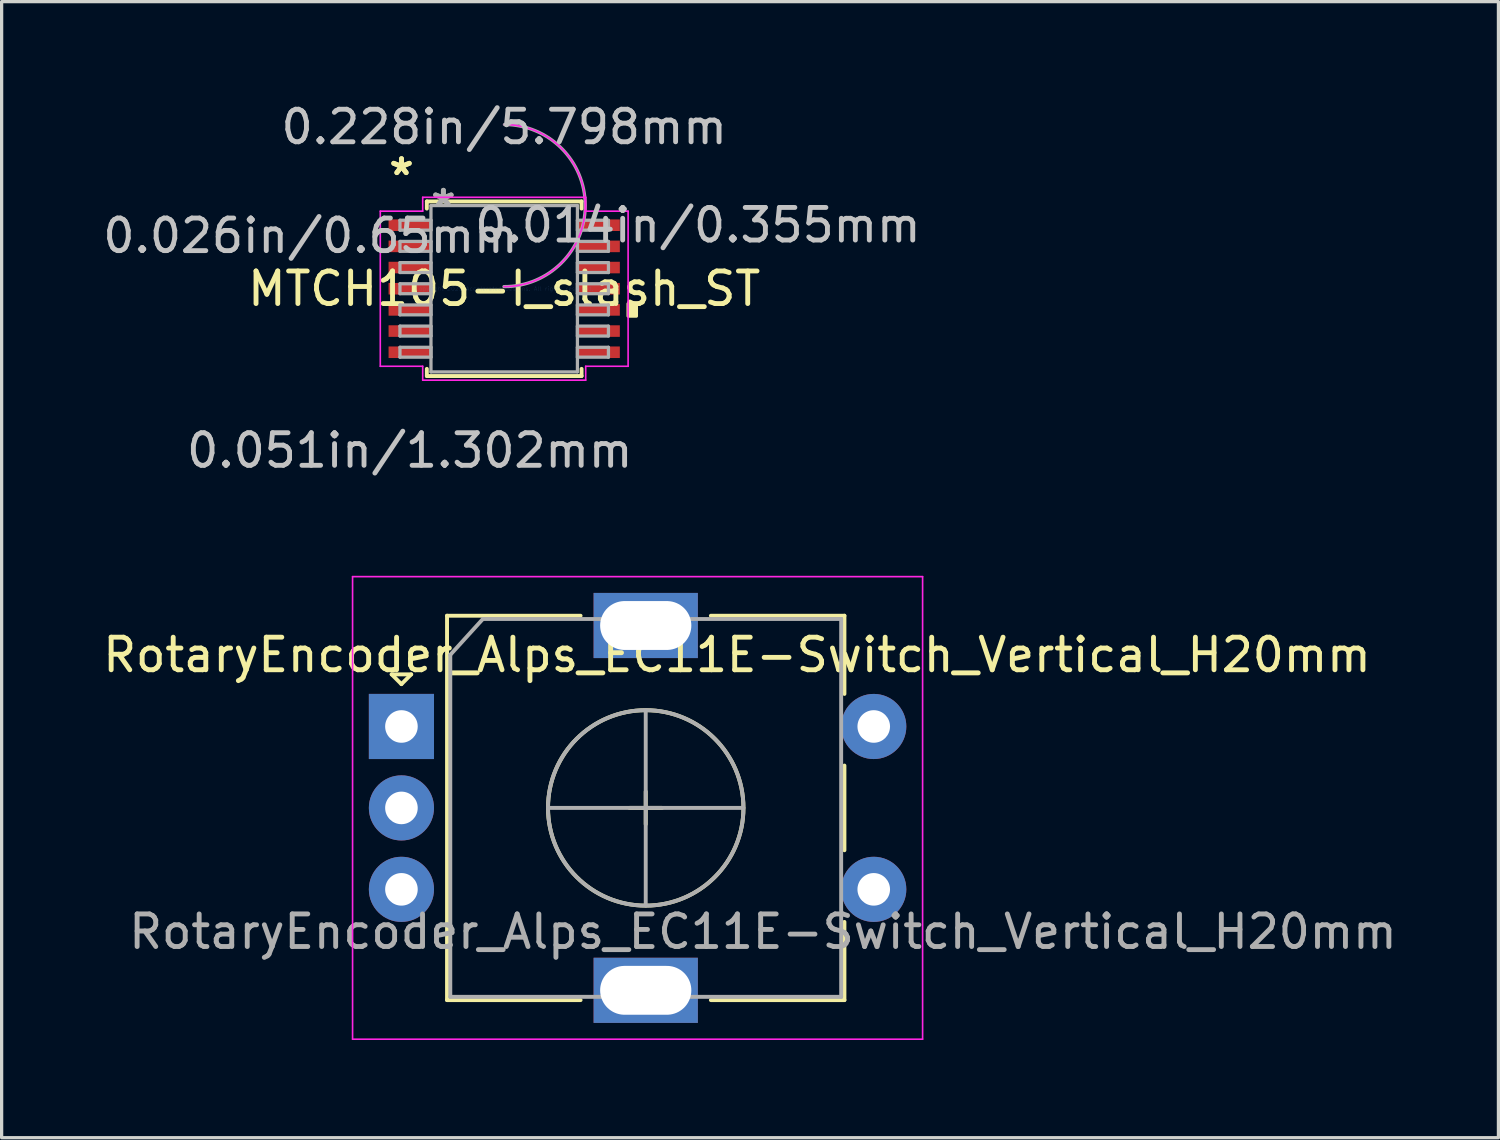
<source format=kicad_pcb>
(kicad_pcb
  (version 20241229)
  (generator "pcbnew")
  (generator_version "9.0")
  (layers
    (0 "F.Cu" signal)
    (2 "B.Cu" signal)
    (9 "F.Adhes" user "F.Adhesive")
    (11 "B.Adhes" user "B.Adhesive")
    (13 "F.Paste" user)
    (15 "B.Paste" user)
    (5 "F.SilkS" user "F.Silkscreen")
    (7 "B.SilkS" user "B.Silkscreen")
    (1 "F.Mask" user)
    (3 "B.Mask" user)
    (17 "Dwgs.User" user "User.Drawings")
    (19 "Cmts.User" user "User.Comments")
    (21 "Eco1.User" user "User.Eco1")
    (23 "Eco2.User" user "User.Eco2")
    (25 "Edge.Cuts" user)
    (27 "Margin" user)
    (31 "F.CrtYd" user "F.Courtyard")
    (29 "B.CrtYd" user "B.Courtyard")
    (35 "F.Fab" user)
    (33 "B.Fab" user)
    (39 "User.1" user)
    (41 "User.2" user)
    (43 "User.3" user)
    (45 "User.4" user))
  (footprint "RotaryEncoder_Alps_EC11E-Switch_Vertical_H20mm"
    (layer "F.Cu")
    (at 16.777 21.757)
    (property "Reference" "RotaryEncoder_Alps_EC11E-Switch_Vertical_H20mm" (at 2.8 -4.7 0) (layer "F.SilkS") (effects (font (size 1 1) (thickness 0.15))))
    (attr through_hole)
    (fp_line (start -7.803 -4.104) (end -7.203 -4.104) (stroke (width 0.12) (type solid)) (layer "F.SilkS"))
    (fp_line (start -7.503 -3.804) (end -7.803 -4.104) (stroke (width 0.12) (type solid)) (layer "F.SilkS"))
    (fp_line (start -7.203 -4.104) (end -7.503 -3.804) (stroke (width 0.12) (type solid)) (layer "F.SilkS"))
    (fp_line (start -6.103 -5.904) (end -6.103 5.896) (stroke (width 0.12) (type solid)) (layer "F.SilkS"))
    (fp_line (start -2.003 -5.904) (end -6.103 -5.904) (stroke (width 0.12) (type solid)) (layer "F.SilkS"))
    (fp_line (start -2.003 5.896) (end -6.103 5.896) (stroke (width 0.12) (type solid)) (layer "F.SilkS"))
    (fp_line (start -0.503 -0.004) (end 0.497 -0.004) (stroke (width 0.12) (type solid)) (layer "F.SilkS"))
    (fp_line (start -0.003 -0.504) (end -0.003 0.496) (stroke (width 0.12) (type solid)) (layer "F.SilkS"))
    (fp_line (start 1.997 -5.904) (end 6.097 -5.904) (stroke (width 0.12) (type solid)) (layer "F.SilkS"))
    (fp_line (start 6.097 -5.904) (end 6.097 -3.504) (stroke (width 0.12) (type solid)) (layer "F.SilkS"))
    (fp_line (start 6.097 -1.304) (end 6.097 1.296) (stroke (width 0.12) (type solid)) (layer "F.SilkS"))
    (fp_line (start 6.097 3.496) (end 6.097 5.896) (stroke (width 0.12) (type solid)) (layer "F.SilkS"))
    (fp_line (start 6.097 5.896) (end 1.997 5.896) (stroke (width 0.12) (type solid)) (layer "F.SilkS"))
    (fp_circle (center -0.003 -0.004) (end 2.997 -0.004) (stroke (width 0.12) (type solid)) (fill no) (layer "F.SilkS"))
    (fp_line (start -9.003 -7.104) (end -9.003 7.096) (stroke (width 0.05) (type solid)) (layer "F.CrtYd"))
    (fp_line (start -9.003 -7.104) (end 8.497 -7.104) (stroke (width 0.05) (type solid)) (layer "F.CrtYd"))
    (fp_line (start 8.497 7.096) (end -9.003 7.096) (stroke (width 0.05) (type solid)) (layer "F.CrtYd"))
    (fp_line (start 8.497 7.096) (end 8.497 -7.104) (stroke (width 0.05) (type solid)) (layer "F.CrtYd"))
    (fp_line (start -6.003 -4.704) (end -5.003 -5.804) (stroke (width 0.12) (type solid)) (layer "F.Fab"))
    (fp_line (start -6.003 5.796) (end -6.003 -4.704) (stroke (width 0.12) (type solid)) (layer "F.Fab"))
    (fp_line (start -5.003 -5.804) (end 5.997 -5.804) (stroke (width 0.12) (type solid)) (layer "F.Fab"))
    (fp_line (start -3.003 -0.004) (end 2.997 -0.004) (stroke (width 0.12) (type solid)) (layer "F.Fab"))
    (fp_line (start -0.003 -3.004) (end -0.003 2.996) (stroke (width 0.12) (type solid)) (layer "F.Fab"))
    (fp_line (start 5.997 -5.804) (end 5.997 5.796) (stroke (width 0.12) (type solid)) (layer "F.Fab"))
    (fp_line (start 5.997 5.796) (end -6.003 5.796) (stroke (width 0.12) (type solid)) (layer "F.Fab"))
    (fp_circle (center -0.003 -0.004) (end 2.997 -0.004) (stroke (width 0.12) (type solid)) (fill no) (layer "F.Fab"))
    (fp_text user "${REFERENCE}" (at 3.597 3.796 0) (layer "F.Fab") (effects (font (size 1 1) (thickness 0.15))))
    (pad "A" thru_hole rect (at -7.503 -2.504) (size 2 2) (drill 1) (layers "*.Cu" "*.Mask"))
    (pad "B" thru_hole circle (at -7.503 2.496) (size 2 2) (drill 1) (layers "*.Cu" "*.Mask"))
    (pad "C" thru_hole circle (at -7.503 -0.004) (size 2 2) (drill 1) (layers "*.Cu" "*.Mask"))
    (pad "MH1" thru_hole rect (at -0.003 -5.604) (size 3.2 2) (drill oval 2.8 1.5) (layers "*.Cu" "*.Mask"))
    (pad "MH2" thru_hole rect (at -0.003 5.596) (size 3.2 2) (drill oval 2.8 1.5) (layers "*.Cu" "*.Mask"))
    (pad "S1" thru_hole circle (at 6.997 -2.504) (size 2 2) (drill 1) (layers "*.Cu" "*.Mask"))
    (pad "S2" thru_hole circle (at 6.997 2.496) (size 2 2) (drill 1) (layers "*.Cu" "*.Mask")))
  (footprint "MTCH105-I_slash_ST"
    (layer "F.Cu")
    (at 12.429 5.814)
    (property "Reference" "MTCH105-I_slash_ST" (at 0 0 0) (layer "F.SilkS") (effects (font (size 1 1) (thickness 0.15))))
    (attr through_hole)
    (fp_line (start -2.375 -2.68) (end -2.375 -2.46) (stroke (width 0.12) (type solid)) (layer "F.SilkS"))
    (fp_line (start -2.375 2.46) (end -2.375 2.68) (stroke (width 0.12) (type solid)) (layer "F.SilkS"))
    (fp_line (start -2.375 2.68) (end 2.375 2.68) (stroke (width 0.12) (type solid)) (layer "F.SilkS"))
    (fp_line (start 2.375 -2.68) (end -2.375 -2.68) (stroke (width 0.12) (type solid)) (layer "F.SilkS"))
    (fp_line (start 2.375 -2.46) (end 2.375 -2.68) (stroke (width 0.12) (type solid)) (layer "F.SilkS"))
    (fp_line (start 2.375 2.68) (end 2.375 2.46) (stroke (width 0.12) (type solid)) (layer "F.SilkS"))
    (fp_poly (pts (xy 4.058 0.459) (xy 4.058 0.84) (xy 3.804 0.84) (xy 3.804 0.459)) (stroke (width 0.1) (type solid)) (fill yes) (layer "F.SilkS"))
    (fp_line (start -3.804 -2.381) (end -2.502 -2.381) (stroke (width 0.05) (type solid)) (layer "F.CrtYd"))
    (fp_line (start -3.804 2.381) (end -3.804 -2.381) (stroke (width 0.05) (type solid)) (layer "F.CrtYd"))
    (fp_line (start -2.502 -2.807) (end 2.502 -2.807) (stroke (width 0.05) (type solid)) (layer "F.CrtYd"))
    (fp_line (start -2.502 -2.381) (end -2.502 -2.807) (stroke (width 0.05) (type solid)) (layer "F.CrtYd"))
    (fp_line (start -2.502 2.381) (end -3.804 2.381) (stroke (width 0.05) (type solid)) (layer "F.CrtYd"))
    (fp_line (start -2.502 2.807) (end -2.502 2.381) (stroke (width 0.05) (type solid)) (layer "F.CrtYd"))
    (fp_line (start 2.502 -2.807) (end 2.502 -2.381) (stroke (width 0.05) (type solid)) (layer "F.CrtYd"))
    (fp_line (start 2.502 -2.381) (end 3.804 -2.381) (stroke (width 0.05) (type solid)) (layer "F.CrtYd"))
    (fp_line (start 2.502 2.381) (end 2.502 2.807) (stroke (width 0.05) (type solid)) (layer "F.CrtYd"))
    (fp_line (start 2.502 2.807) (end -2.502 2.807) (stroke (width 0.05) (type solid)) (layer "F.CrtYd"))
    (fp_line (start 3.804 -2.381) (end 3.804 2.381) (stroke (width 0.05) (type solid)) (layer "F.CrtYd"))
    (fp_line (start 3.804 2.381) (end 2.502 2.381) (stroke (width 0.05) (type solid)) (layer "F.CrtYd"))
    (fp_arc (start 0.009516 -5.040561) (mid 2.487861 -2.543184) (end -0.009516 -0.064839) (stroke (width 0.05) (type solid)) (layer "F.CrtYd"))
    (fp_line (start -3.2 -2.102) (end -3.2 -1.798) (stroke (width 0.1) (type solid)) (layer "F.Fab"))
    (fp_line (start -3.2 -1.798) (end -2.248 -1.798) (stroke (width 0.1) (type solid)) (layer "F.Fab"))
    (fp_line (start -3.2 -1.452) (end -3.2 -1.148) (stroke (width 0.1) (type solid)) (layer "F.Fab"))
    (fp_line (start -3.2 -1.148) (end -2.248 -1.148) (stroke (width 0.1) (type solid)) (layer "F.Fab"))
    (fp_line (start -3.2 -0.802) (end -3.2 -0.498) (stroke (width 0.1) (type solid)) (layer "F.Fab"))
    (fp_line (start -3.2 -0.498) (end -2.248 -0.498) (stroke (width 0.1) (type solid)) (layer "F.Fab"))
    (fp_line (start -3.2 -0.152) (end -3.2 0.152) (stroke (width 0.1) (type solid)) (layer "F.Fab"))
    (fp_line (start -3.2 0.152) (end -2.248 0.152) (stroke (width 0.1) (type solid)) (layer "F.Fab"))
    (fp_line (start -3.2 0.498) (end -3.2 0.802) (stroke (width 0.1) (type solid)) (layer "F.Fab"))
    (fp_line (start -3.2 0.802) (end -2.248 0.802) (stroke (width 0.1) (type solid)) (layer "F.Fab"))
    (fp_line (start -3.2 1.148) (end -3.2 1.452) (stroke (width 0.1) (type solid)) (layer "F.Fab"))
    (fp_line (start -3.2 1.452) (end -2.248 1.452) (stroke (width 0.1) (type solid)) (layer "F.Fab"))
    (fp_line (start -3.2 1.798) (end -3.2 2.102) (stroke (width 0.1) (type solid)) (layer "F.Fab"))
    (fp_line (start -3.2 2.102) (end -2.248 2.102) (stroke (width 0.1) (type solid)) (layer "F.Fab"))
    (fp_line (start -2.248 -2.553) (end -2.248 2.553) (stroke (width 0.1) (type solid)) (layer "F.Fab"))
    (fp_line (start -2.248 -2.102) (end -3.2 -2.102) (stroke (width 0.1) (type solid)) (layer "F.Fab"))
    (fp_line (start -2.248 -1.798) (end -2.248 -2.102) (stroke (width 0.1) (type solid)) (layer "F.Fab"))
    (fp_line (start -2.248 -1.452) (end -3.2 -1.452) (stroke (width 0.1) (type solid)) (layer "F.Fab"))
    (fp_line (start -2.248 -1.148) (end -2.248 -1.452) (stroke (width 0.1) (type solid)) (layer "F.Fab"))
    (fp_line (start -2.248 -0.802) (end -3.2 -0.802) (stroke (width 0.1) (type solid)) (layer "F.Fab"))
    (fp_line (start -2.248 -0.498) (end -2.248 -0.802) (stroke (width 0.1) (type solid)) (layer "F.Fab"))
    (fp_line (start -2.248 -0.152) (end -3.2 -0.152) (stroke (width 0.1) (type solid)) (layer "F.Fab"))
    (fp_line (start -2.248 0.152) (end -2.248 -0.152) (stroke (width 0.1) (type solid)) (layer "F.Fab"))
    (fp_line (start -2.248 0.498) (end -3.2 0.498) (stroke (width 0.1) (type solid)) (layer "F.Fab"))
    (fp_line (start -2.248 0.802) (end -2.248 0.498) (stroke (width 0.1) (type solid)) (layer "F.Fab"))
    (fp_line (start -2.248 1.148) (end -3.2 1.148) (stroke (width 0.1) (type solid)) (layer "F.Fab"))
    (fp_line (start -2.248 1.452) (end -2.248 1.148) (stroke (width 0.1) (type solid)) (layer "F.Fab"))
    (fp_line (start -2.248 1.798) (end -3.2 1.798) (stroke (width 0.1) (type solid)) (layer "F.Fab"))
    (fp_line (start -2.248 2.102) (end -2.248 1.798) (stroke (width 0.1) (type solid)) (layer "F.Fab"))
    (fp_line (start -2.248 2.553) (end 2.248 2.553) (stroke (width 0.1) (type solid)) (layer "F.Fab"))
    (fp_line (start 2.248 -2.553) (end -2.248 -2.553) (stroke (width 0.1) (type solid)) (layer "F.Fab"))
    (fp_line (start 2.248 -2.102) (end 2.248 -1.798) (stroke (width 0.1) (type solid)) (layer "F.Fab"))
    (fp_line (start 2.248 -1.798) (end 3.2 -1.798) (stroke (width 0.1) (type solid)) (layer "F.Fab"))
    (fp_line (start 2.248 -1.452) (end 2.248 -1.148) (stroke (width 0.1) (type solid)) (layer "F.Fab"))
    (fp_line (start 2.248 -1.148) (end 3.2 -1.148) (stroke (width 0.1) (type solid)) (layer "F.Fab"))
    (fp_line (start 2.248 -0.802) (end 2.248 -0.498) (stroke (width 0.1) (type solid)) (layer "F.Fab"))
    (fp_line (start 2.248 -0.498) (end 3.2 -0.498) (stroke (width 0.1) (type solid)) (layer "F.Fab"))
    (fp_line (start 2.248 -0.152) (end 2.248 0.152) (stroke (width 0.1) (type solid)) (layer "F.Fab"))
    (fp_line (start 2.248 0.152) (end 3.2 0.152) (stroke (width 0.1) (type solid)) (layer "F.Fab"))
    (fp_line (start 2.248 0.498) (end 2.248 0.802) (stroke (width 0.1) (type solid)) (layer "F.Fab"))
    (fp_line (start 2.248 0.802) (end 3.2 0.802) (stroke (width 0.1) (type solid)) (layer "F.Fab"))
    (fp_line (start 2.248 1.148) (end 2.248 1.452) (stroke (width 0.1) (type solid)) (layer "F.Fab"))
    (fp_line (start 2.248 1.452) (end 3.2 1.452) (stroke (width 0.1) (type solid)) (layer "F.Fab"))
    (fp_line (start 2.248 1.798) (end 2.248 2.102) (stroke (width 0.1) (type solid)) (layer "F.Fab"))
    (fp_line (start 2.248 2.102) (end 3.2 2.102) (stroke (width 0.1) (type solid)) (layer "F.Fab"))
    (fp_line (start 2.248 2.553) (end 2.248 -2.553) (stroke (width 0.1) (type solid)) (layer "F.Fab"))
    (fp_line (start 3.2 -2.102) (end 2.248 -2.102) (stroke (width 0.1) (type solid)) (layer "F.Fab"))
    (fp_line (start 3.2 -1.798) (end 3.2 -2.102) (stroke (width 0.1) (type solid)) (layer "F.Fab"))
    (fp_line (start 3.2 -1.452) (end 2.248 -1.452) (stroke (width 0.1) (type solid)) (layer "F.Fab"))
    (fp_line (start 3.2 -1.148) (end 3.2 -1.452) (stroke (width 0.1) (type solid)) (layer "F.Fab"))
    (fp_line (start 3.2 -0.802) (end 2.248 -0.802) (stroke (width 0.1) (type solid)) (layer "F.Fab"))
    (fp_line (start 3.2 -0.498) (end 3.2 -0.802) (stroke (width 0.1) (type solid)) (layer "F.Fab"))
    (fp_line (start 3.2 -0.152) (end 2.248 -0.152) (stroke (width 0.1) (type solid)) (layer "F.Fab"))
    (fp_line (start 3.2 0.152) (end 3.2 -0.152) (stroke (width 0.1) (type solid)) (layer "F.Fab"))
    (fp_line (start 3.2 0.498) (end 2.248 0.498) (stroke (width 0.1) (type solid)) (layer "F.Fab"))
    (fp_line (start 3.2 0.802) (end 3.2 0.498) (stroke (width 0.1) (type solid)) (layer "F.Fab"))
    (fp_line (start 3.2 1.148) (end 2.248 1.148) (stroke (width 0.1) (type solid)) (layer "F.Fab"))
    (fp_line (start 3.2 1.452) (end 3.2 1.148) (stroke (width 0.1) (type solid)) (layer "F.Fab"))
    (fp_line (start 3.2 1.798) (end 2.248 1.798) (stroke (width 0.1) (type solid)) (layer "F.Fab"))
    (fp_line (start 3.2 2.102) (end 3.2 1.798) (stroke (width 0.1) (type solid)) (layer "F.Fab"))
    (fp_arc (start 0.007742 -5.040561) (mid 2.487861 -2.544958) (end -0.007742 -0.064839) (stroke (width 0.1) (type solid)) (layer "F.Fab"))
    (fp_text user "*" (at -3.153 -3.448 0) (layer "F.SilkS") (effects (font (size 1 1) (thickness 0.15))))
    (fp_text user "*" (at -3.153 -3.448 0) (layer "F.SilkS") (effects (font (size 1 1) (thickness 0.15))))
    (fp_text user "0.026in/0.65mm" (at -5.947 -1.625 0) (layer "Dwgs.User") (effects (font (size 1 1) (thickness 0.15))))
    (fp_text user "0.014in/0.355mm" (at 5.947 -1.95 0) (layer "Dwgs.User") (effects (font (size 1 1) (thickness 0.15))))
    (fp_text user "0.051in/1.302mm" (at -2.899 4.966 0) (layer "Dwgs.User") (effects (font (size 1 1) (thickness 0.15))))
    (fp_text user "0.228in/5.798mm" (at 0 -4.966 0) (layer "Dwgs.User") (effects (font (size 1 1) (thickness 0.15))))
    (fp_text user "Copyright 2021 Accelerated Designs. All rights reserved." (at 0 0 0) (layer "Cmts.User") (effects (font (size 0.127 0.127) (thickness 0.002))))
    (fp_text user "*" (at -1.867 -2.477 0) (layer "F.Fab") (effects (font (size 1 1) (thickness 0.15))))
    (fp_text user "*" (at -1.867 -2.477 0) (layer "F.Fab") (effects (font (size 1 1) (thickness 0.15))))
    (pad "1" smd rect (at -2.899 -1.95) (size 1.302 0.355) (layers "F.Cu" "F.Mask" "F.Paste"))
    (pad "2" smd rect (at -2.899 -1.3) (size 1.302 0.355) (layers "F.Cu" "F.Mask" "F.Paste"))
    (pad "3" smd rect (at -2.899 -0.65) (size 1.302 0.355) (layers "F.Cu" "F.Mask" "F.Paste"))
    (pad "4" smd rect (at -2.899 0) (size 1.302 0.355) (layers "F.Cu" "F.Mask" "F.Paste"))
    (pad "5" smd rect (at -2.899 0.65) (size 1.302 0.355) (layers "F.Cu" "F.Mask" "F.Paste"))
    (pad "6" smd rect (at -2.899 1.3) (size 1.302 0.355) (layers "F.Cu" "F.Mask" "F.Paste"))
    (pad "7" smd rect (at -2.899 1.95) (size 1.302 0.355) (layers "F.Cu" "F.Mask" "F.Paste"))
    (pad "8" smd rect (at 2.899 1.95) (size 1.302 0.355) (layers "F.Cu" "F.Mask" "F.Paste"))
    (pad "9" smd rect (at 2.899 1.3) (size 1.302 0.355) (layers "F.Cu" "F.Mask" "F.Paste"))
    (pad "10" smd rect (at 2.899 0.65) (size 1.302 0.355) (layers "F.Cu" "F.Mask" "F.Paste"))
    (pad "11" smd rect (at 2.899 0) (size 1.302 0.355) (layers "F.Cu" "F.Mask" "F.Paste"))
    (pad "12" smd rect (at 2.899 -0.65) (size 1.302 0.355) (layers "F.Cu" "F.Mask" "F.Paste"))
    (pad "13" smd rect (at 2.899 -1.3) (size 1.302 0.355) (layers "F.Cu" "F.Mask" "F.Paste"))
    (pad "14" smd rect (at 2.899 -1.95) (size 1.302 0.355) (layers "F.Cu" "F.Mask" "F.Paste")))
  (gr_rect
    (start -3 -3)
    (end 42.952 31.878)
    (stroke (width 0.1) (type default))
    (fill no)
    (layer "Edge.Cuts")))
</source>
